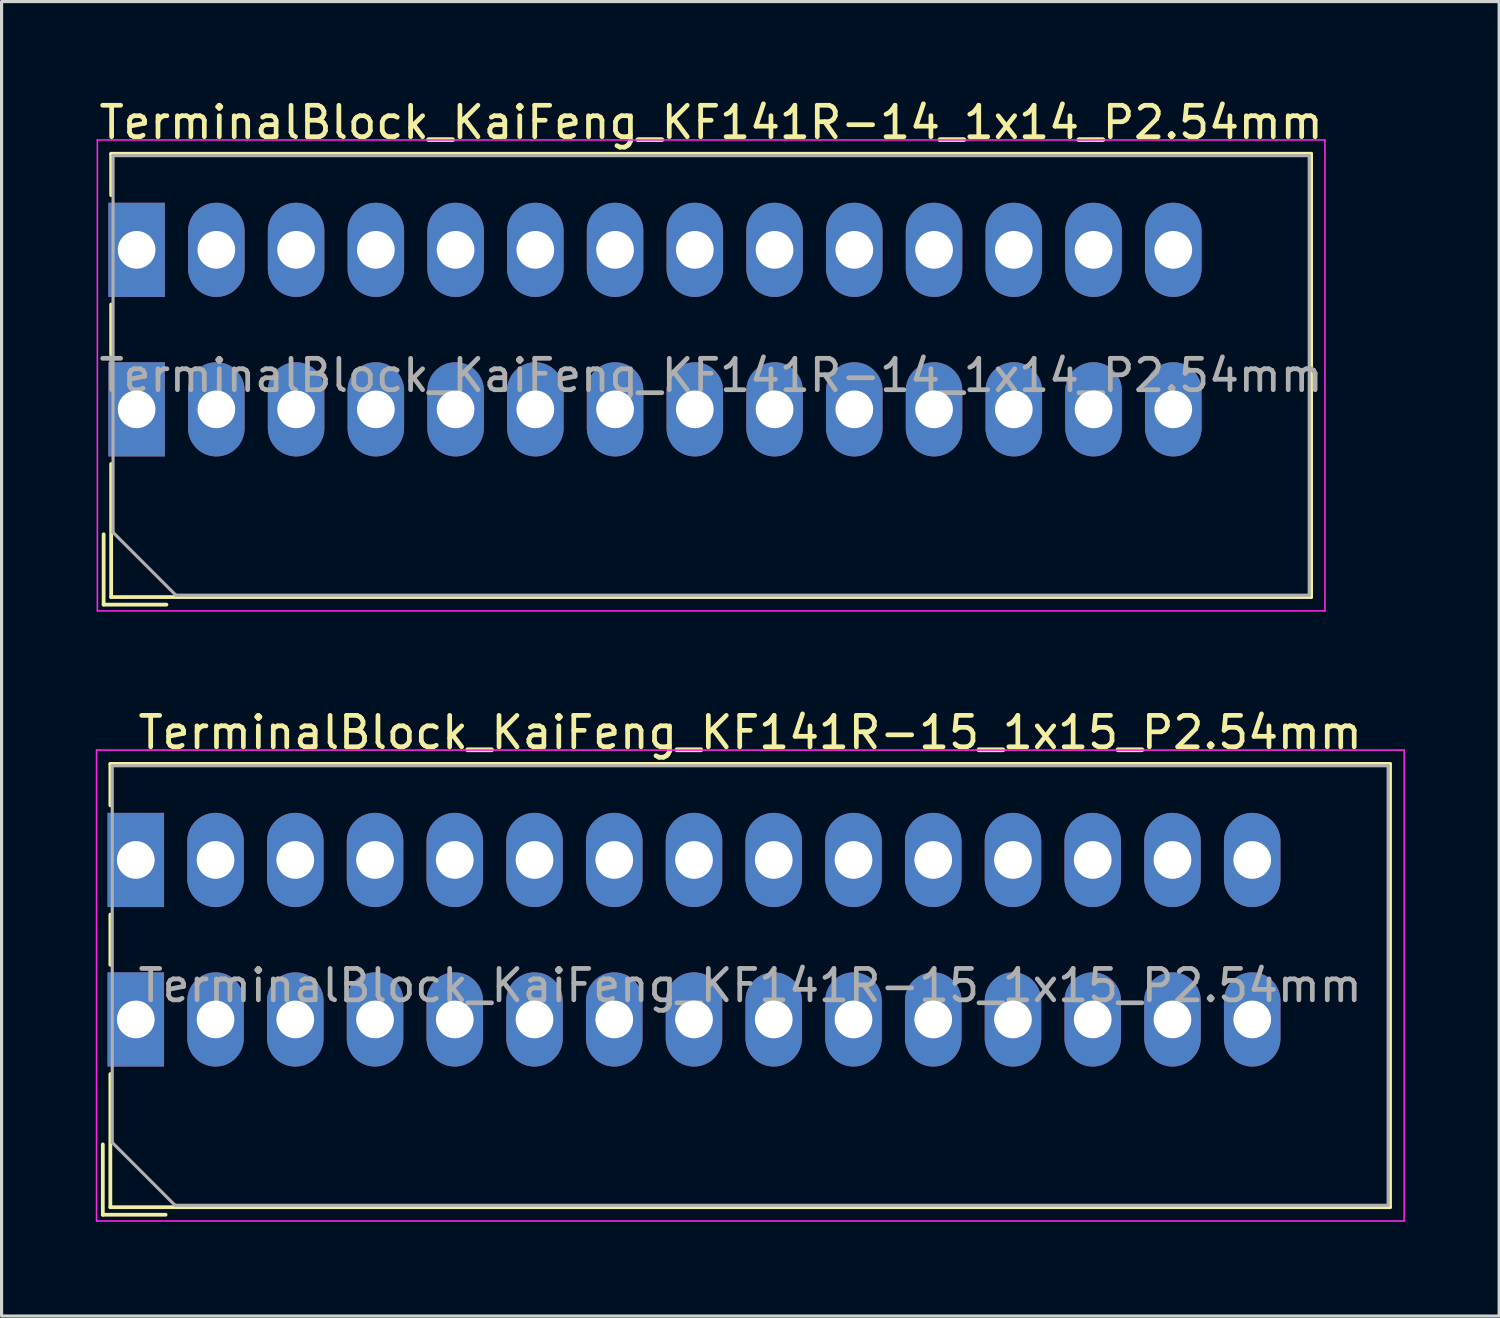
<source format=kicad_pcb>
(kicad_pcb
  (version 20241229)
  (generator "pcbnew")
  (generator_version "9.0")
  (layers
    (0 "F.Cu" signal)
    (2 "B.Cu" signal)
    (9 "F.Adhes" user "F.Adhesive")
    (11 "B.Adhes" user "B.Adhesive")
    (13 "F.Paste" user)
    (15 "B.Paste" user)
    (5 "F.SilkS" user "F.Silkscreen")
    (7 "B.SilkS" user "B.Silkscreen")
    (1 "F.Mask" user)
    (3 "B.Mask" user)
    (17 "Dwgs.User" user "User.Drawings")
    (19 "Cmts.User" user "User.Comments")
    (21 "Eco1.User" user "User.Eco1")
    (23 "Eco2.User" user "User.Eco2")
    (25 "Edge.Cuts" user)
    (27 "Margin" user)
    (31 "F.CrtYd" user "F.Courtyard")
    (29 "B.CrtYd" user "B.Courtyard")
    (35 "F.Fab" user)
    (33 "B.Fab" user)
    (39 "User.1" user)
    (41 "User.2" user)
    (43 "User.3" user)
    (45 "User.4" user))
  (footprint "TerminalBlock_KaiFeng_KF141R-14_1x14_P2.54mm"
    (layer "F.Cu")
    (at 1.301 4.908)
    (property "Reference" "TerminalBlock_KaiFeng_KF141R-14_1x14_P2.54mm" (at 18.3 -4.06 0) (layer "F.SilkS") (effects (font (size 1 1) (thickness 0.15))))
    (attr through_hole)
    (fp_line (start -1.05 9.06) (end -1.05 11.3) (stroke (width 0.12) (type solid)) (layer "F.SilkS"))
    (fp_line (start -1.05 11.3) (end 0.95 11.3) (stroke (width 0.12) (type solid)) (layer "F.SilkS"))
    (fp_line (start -0.81 -3.06) (end -0.81 -1.74) (stroke (width 0.12) (type solid)) (layer "F.SilkS"))
    (fp_line (start -0.81 -3.06) (end 37.41 -3.06) (stroke (width 0.12) (type solid)) (layer "F.SilkS"))
    (fp_line (start -0.81 1.74) (end -0.81 3.34) (stroke (width 0.12) (type solid)) (layer "F.SilkS"))
    (fp_line (start -0.81 6.82) (end -0.81 11.06) (stroke (width 0.12) (type solid)) (layer "F.SilkS"))
    (fp_line (start -0.81 11.06) (end 37.41 11.06) (stroke (width 0.12) (type solid)) (layer "F.SilkS"))
    (fp_line (start 37.41 -3.06) (end 37.41 11.06) (stroke (width 0.12) (type solid)) (layer "F.SilkS"))
    (fp_line (start -1.25 -3.5) (end -1.25 11.5) (stroke (width 0.05) (type solid)) (layer "F.CrtYd"))
    (fp_line (start -1.25 11.5) (end 37.85 11.5) (stroke (width 0.05) (type solid)) (layer "F.CrtYd"))
    (fp_line (start 37.85 -3.5) (end -1.25 -3.5) (stroke (width 0.05) (type solid)) (layer "F.CrtYd"))
    (fp_line (start 37.85 11.5) (end 37.85 -3.5) (stroke (width 0.05) (type solid)) (layer "F.CrtYd"))
    (fp_line (start -0.75 -3) (end 37.35 -3) (stroke (width 0.1) (type solid)) (layer "F.Fab"))
    (fp_line (start -0.75 9) (end -0.75 -3) (stroke (width 0.1) (type solid)) (layer "F.Fab"))
    (fp_line (start 1.25 11) (end -0.75 9) (stroke (width 0.1) (type solid)) (layer "F.Fab"))
    (fp_line (start 37.35 -3) (end 37.35 11) (stroke (width 0.1) (type solid)) (layer "F.Fab"))
    (fp_line (start 37.35 11) (end 1.25 11) (stroke (width 0.1) (type solid)) (layer "F.Fab"))
    (fp_text user "${REFERENCE}" (at 18.3 4 0) (layer "F.Fab") (effects (font (size 1 1) (thickness 0.15))))
    (pad "1" thru_hole rect (at 0 0) (size 1.8 3) (drill 1.2) (layers "*.Cu" "*.Mask"))
    (pad "1" thru_hole rect (at 0 5.08) (size 1.8 3) (drill 1.2) (layers "*.Cu" "*.Mask"))
    (pad "2" thru_hole oval (at 2.54 0) (size 1.8 3) (drill 1.2) (layers "*.Cu" "*.Mask"))
    (pad "2" thru_hole oval (at 2.54 5.08) (size 1.8 3) (drill 1.2) (layers "*.Cu" "*.Mask"))
    (pad "3" thru_hole oval (at 5.08 0) (size 1.8 3) (drill 1.2) (layers "*.Cu" "*.Mask"))
    (pad "3" thru_hole oval (at 5.08 5.08) (size 1.8 3) (drill 1.2) (layers "*.Cu" "*.Mask"))
    (pad "4" thru_hole oval (at 7.62 0) (size 1.8 3) (drill 1.2) (layers "*.Cu" "*.Mask"))
    (pad "4" thru_hole oval (at 7.62 5.08) (size 1.8 3) (drill 1.2) (layers "*.Cu" "*.Mask"))
    (pad "5" thru_hole oval (at 10.16 0) (size 1.8 3) (drill 1.2) (layers "*.Cu" "*.Mask"))
    (pad "5" thru_hole oval (at 10.16 5.08) (size 1.8 3) (drill 1.2) (layers "*.Cu" "*.Mask"))
    (pad "6" thru_hole oval (at 12.7 0) (size 1.8 3) (drill 1.2) (layers "*.Cu" "*.Mask"))
    (pad "6" thru_hole oval (at 12.7 5.08) (size 1.8 3) (drill 1.2) (layers "*.Cu" "*.Mask"))
    (pad "7" thru_hole oval (at 15.24 0) (size 1.8 3) (drill 1.2) (layers "*.Cu" "*.Mask"))
    (pad "7" thru_hole oval (at 15.24 5.08) (size 1.8 3) (drill 1.2) (layers "*.Cu" "*.Mask"))
    (pad "8" thru_hole oval (at 17.78 0) (size 1.8 3) (drill 1.2) (layers "*.Cu" "*.Mask"))
    (pad "8" thru_hole oval (at 17.78 5.08) (size 1.8 3) (drill 1.2) (layers "*.Cu" "*.Mask"))
    (pad "9" thru_hole oval (at 20.32 0) (size 1.8 3) (drill 1.2) (layers "*.Cu" "*.Mask"))
    (pad "9" thru_hole oval (at 20.32 5.08) (size 1.8 3) (drill 1.2) (layers "*.Cu" "*.Mask"))
    (pad "10" thru_hole oval (at 22.86 0) (size 1.8 3) (drill 1.2) (layers "*.Cu" "*.Mask"))
    (pad "10" thru_hole oval (at 22.86 5.08) (size 1.8 3) (drill 1.2) (layers "*.Cu" "*.Mask"))
    (pad "11" thru_hole oval (at 25.4 0) (size 1.8 3) (drill 1.2) (layers "*.Cu" "*.Mask"))
    (pad "11" thru_hole oval (at 25.4 5.08) (size 1.8 3) (drill 1.2) (layers "*.Cu" "*.Mask"))
    (pad "12" thru_hole oval (at 27.94 0) (size 1.8 3) (drill 1.2) (layers "*.Cu" "*.Mask"))
    (pad "12" thru_hole oval (at 27.94 5.08) (size 1.8 3) (drill 1.2) (layers "*.Cu" "*.Mask"))
    (pad "13" thru_hole oval (at 30.48 0) (size 1.8 3) (drill 1.2) (layers "*.Cu" "*.Mask"))
    (pad "13" thru_hole oval (at 30.48 5.08) (size 1.8 3) (drill 1.2) (layers "*.Cu" "*.Mask"))
    (pad "14" thru_hole oval (at 33.02 0) (size 1.8 3) (drill 1.2) (layers "*.Cu" "*.Mask"))
    (pad "14" thru_hole oval (at 33.02 5.08) (size 1.8 3) (drill 1.2) (layers "*.Cu" "*.Mask")))
  (footprint "TerminalBlock_KaiFeng_KF141R-15_1x15_P2.54mm"
    (layer "F.Cu")
    (at 1.275 24.341)
    (property "Reference" "TerminalBlock_KaiFeng_KF141R-15_1x15_P2.54mm" (at 19.57 -4.06 0) (layer "F.SilkS") (effects (font (size 1 1) (thickness 0.15))))
    (attr through_hole)
    (fp_line (start -1.05 9.06) (end -1.05 11.3) (stroke (width 0.12) (type solid)) (layer "F.SilkS"))
    (fp_line (start -1.05 11.3) (end 0.95 11.3) (stroke (width 0.12) (type solid)) (layer "F.SilkS"))
    (fp_line (start -0.81 -3.06) (end -0.81 -1.74) (stroke (width 0.12) (type solid)) (layer "F.SilkS"))
    (fp_line (start -0.81 -3.06) (end 39.95 -3.06) (stroke (width 0.12) (type solid)) (layer "F.SilkS"))
    (fp_line (start -0.81 1.74) (end -0.81 3.34) (stroke (width 0.12) (type solid)) (layer "F.SilkS"))
    (fp_line (start -0.81 6.82) (end -0.81 11.06) (stroke (width 0.12) (type solid)) (layer "F.SilkS"))
    (fp_line (start -0.81 11.06) (end 39.95 11.06) (stroke (width 0.12) (type solid)) (layer "F.SilkS"))
    (fp_line (start 39.95 -3.06) (end 39.95 11.06) (stroke (width 0.12) (type solid)) (layer "F.SilkS"))
    (fp_line (start -1.25 -3.5) (end -1.25 11.5) (stroke (width 0.05) (type solid)) (layer "F.CrtYd"))
    (fp_line (start -1.25 11.5) (end 40.4 11.5) (stroke (width 0.05) (type solid)) (layer "F.CrtYd"))
    (fp_line (start 40.4 -3.5) (end -1.25 -3.5) (stroke (width 0.05) (type solid)) (layer "F.CrtYd"))
    (fp_line (start 40.4 11.5) (end 40.4 -3.5) (stroke (width 0.05) (type solid)) (layer "F.CrtYd"))
    (fp_line (start -0.75 -3) (end 39.89 -3) (stroke (width 0.1) (type solid)) (layer "F.Fab"))
    (fp_line (start -0.75 9) (end -0.75 -3) (stroke (width 0.1) (type solid)) (layer "F.Fab"))
    (fp_line (start 1.25 11) (end -0.75 9) (stroke (width 0.1) (type solid)) (layer "F.Fab"))
    (fp_line (start 39.89 -3) (end 39.89 11) (stroke (width 0.1) (type solid)) (layer "F.Fab"))
    (fp_line (start 39.89 11) (end 1.25 11) (stroke (width 0.1) (type solid)) (layer "F.Fab"))
    (fp_text user "${REFERENCE}" (at 19.57 4 0) (layer "F.Fab") (effects (font (size 1 1) (thickness 0.15))))
    (pad "1" thru_hole rect (at 0 0) (size 1.8 3) (drill 1.2) (layers "*.Cu" "*.Mask"))
    (pad "1" thru_hole rect (at 0 5.08) (size 1.8 3) (drill 1.2) (layers "*.Cu" "*.Mask"))
    (pad "2" thru_hole oval (at 2.54 0) (size 1.8 3) (drill 1.2) (layers "*.Cu" "*.Mask"))
    (pad "2" thru_hole oval (at 2.54 5.08) (size 1.8 3) (drill 1.2) (layers "*.Cu" "*.Mask"))
    (pad "3" thru_hole oval (at 5.08 0) (size 1.8 3) (drill 1.2) (layers "*.Cu" "*.Mask"))
    (pad "3" thru_hole oval (at 5.08 5.08) (size 1.8 3) (drill 1.2) (layers "*.Cu" "*.Mask"))
    (pad "4" thru_hole oval (at 7.62 0) (size 1.8 3) (drill 1.2) (layers "*.Cu" "*.Mask"))
    (pad "4" thru_hole oval (at 7.62 5.08) (size 1.8 3) (drill 1.2) (layers "*.Cu" "*.Mask"))
    (pad "5" thru_hole oval (at 10.16 0) (size 1.8 3) (drill 1.2) (layers "*.Cu" "*.Mask"))
    (pad "5" thru_hole oval (at 10.16 5.08) (size 1.8 3) (drill 1.2) (layers "*.Cu" "*.Mask"))
    (pad "6" thru_hole oval (at 12.7 0) (size 1.8 3) (drill 1.2) (layers "*.Cu" "*.Mask"))
    (pad "6" thru_hole oval (at 12.7 5.08) (size 1.8 3) (drill 1.2) (layers "*.Cu" "*.Mask"))
    (pad "7" thru_hole oval (at 15.24 0) (size 1.8 3) (drill 1.2) (layers "*.Cu" "*.Mask"))
    (pad "7" thru_hole oval (at 15.24 5.08) (size 1.8 3) (drill 1.2) (layers "*.Cu" "*.Mask"))
    (pad "8" thru_hole oval (at 17.78 0) (size 1.8 3) (drill 1.2) (layers "*.Cu" "*.Mask"))
    (pad "8" thru_hole oval (at 17.78 5.08) (size 1.8 3) (drill 1.2) (layers "*.Cu" "*.Mask"))
    (pad "9" thru_hole oval (at 20.32 0) (size 1.8 3) (drill 1.2) (layers "*.Cu" "*.Mask"))
    (pad "9" thru_hole oval (at 20.32 5.08) (size 1.8 3) (drill 1.2) (layers "*.Cu" "*.Mask"))
    (pad "10" thru_hole oval (at 22.86 0) (size 1.8 3) (drill 1.2) (layers "*.Cu" "*.Mask"))
    (pad "10" thru_hole oval (at 22.86 5.08) (size 1.8 3) (drill 1.2) (layers "*.Cu" "*.Mask"))
    (pad "11" thru_hole oval (at 25.4 0) (size 1.8 3) (drill 1.2) (layers "*.Cu" "*.Mask"))
    (pad "11" thru_hole oval (at 25.4 5.08) (size 1.8 3) (drill 1.2) (layers "*.Cu" "*.Mask"))
    (pad "12" thru_hole oval (at 27.94 0) (size 1.8 3) (drill 1.2) (layers "*.Cu" "*.Mask"))
    (pad "12" thru_hole oval (at 27.94 5.08) (size 1.8 3) (drill 1.2) (layers "*.Cu" "*.Mask"))
    (pad "13" thru_hole oval (at 30.48 0) (size 1.8 3) (drill 1.2) (layers "*.Cu" "*.Mask"))
    (pad "13" thru_hole oval (at 30.48 5.08) (size 1.8 3) (drill 1.2) (layers "*.Cu" "*.Mask"))
    (pad "14" thru_hole oval (at 33.02 0) (size 1.8 3) (drill 1.2) (layers "*.Cu" "*.Mask"))
    (pad "14" thru_hole oval (at 33.02 5.08) (size 1.8 3) (drill 1.2) (layers "*.Cu" "*.Mask"))
    (pad "15" thru_hole oval (at 35.56 0) (size 1.8 3) (drill 1.2) (layers "*.Cu" "*.Mask"))
    (pad "15" thru_hole oval (at 35.56 5.08) (size 1.8 3) (drill 1.2) (layers "*.Cu" "*.Mask")))
  (gr_rect
    (start -3 -3)
    (end 44.7 38.867)
    (stroke (width 0.1) (type default))
    (fill no)
    (layer "Edge.Cuts")))
</source>
